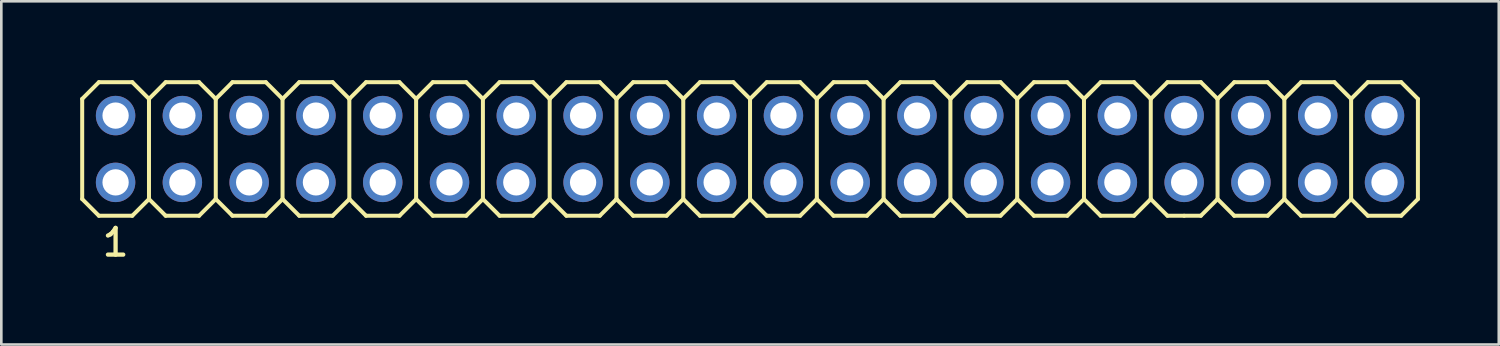
<source format=kicad_pcb>
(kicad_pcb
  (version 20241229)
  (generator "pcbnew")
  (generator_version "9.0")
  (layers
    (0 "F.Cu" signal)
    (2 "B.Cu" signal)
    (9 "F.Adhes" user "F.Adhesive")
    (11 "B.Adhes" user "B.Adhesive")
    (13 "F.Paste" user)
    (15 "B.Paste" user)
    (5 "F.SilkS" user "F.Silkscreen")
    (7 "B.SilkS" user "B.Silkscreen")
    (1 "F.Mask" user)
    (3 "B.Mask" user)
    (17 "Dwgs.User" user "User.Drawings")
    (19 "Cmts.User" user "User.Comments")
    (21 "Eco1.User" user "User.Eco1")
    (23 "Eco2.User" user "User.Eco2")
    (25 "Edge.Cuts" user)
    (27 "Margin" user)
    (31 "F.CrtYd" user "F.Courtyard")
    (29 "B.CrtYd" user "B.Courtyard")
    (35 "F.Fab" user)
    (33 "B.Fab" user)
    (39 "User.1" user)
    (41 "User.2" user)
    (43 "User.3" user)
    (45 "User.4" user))
  (footprint "2X20"
    (layer "F.Cu")
    (at 1.346 3.886)
    (property "Reference" "2X20" (at -0.127 -1.27 90) (layer "Eco1.User") (effects (font (size 0.6 0.6) (thickness 0.1))))
    (attr through_hole)
    (fp_line (start -1.27 -3.175) (end -0.635 -3.81) (stroke (width 0.152) (type solid)) (layer "F.SilkS"))
    (fp_line (start -1.27 0.635) (end -1.27 -3.175) (stroke (width 0.152) (type solid)) (layer "F.SilkS"))
    (fp_line (start -1.27 0.635) (end -0.635 1.27) (stroke (width 0.152) (type solid)) (layer "F.SilkS"))
    (fp_line (start -0.635 -3.81) (end 0.635 -3.81) (stroke (width 0.152) (type solid)) (layer "F.SilkS"))
    (fp_line (start -0.635 1.27) (end 0.635 1.27) (stroke (width 0.152) (type solid)) (layer "F.SilkS"))
    (fp_line (start 0.635 -3.81) (end 1.27 -3.175) (stroke (width 0.152) (type solid)) (layer "F.SilkS"))
    (fp_line (start 0.635 1.27) (end 1.27 0.635) (stroke (width 0.152) (type solid)) (layer "F.SilkS"))
    (fp_line (start 1.27 -3.175) (end 1.27 0.635) (stroke (width 0.152) (type solid)) (layer "F.SilkS"))
    (fp_line (start 1.27 -3.175) (end 1.905 -3.81) (stroke (width 0.152) (type solid)) (layer "F.SilkS"))
    (fp_line (start 1.27 0.635) (end 1.905 1.27) (stroke (width 0.152) (type solid)) (layer "F.SilkS"))
    (fp_line (start 1.905 -3.81) (end 3.175 -3.81) (stroke (width 0.152) (type solid)) (layer "F.SilkS"))
    (fp_line (start 1.905 1.27) (end 3.175 1.27) (stroke (width 0.152) (type solid)) (layer "F.SilkS"))
    (fp_line (start 3.175 -3.81) (end 3.81 -3.175) (stroke (width 0.152) (type solid)) (layer "F.SilkS"))
    (fp_line (start 3.175 1.27) (end 3.81 0.635) (stroke (width 0.152) (type solid)) (layer "F.SilkS"))
    (fp_line (start 3.81 -3.175) (end 3.81 0.635) (stroke (width 0.152) (type solid)) (layer "F.SilkS"))
    (fp_line (start 3.81 -3.175) (end 4.445 -3.81) (stroke (width 0.152) (type solid)) (layer "F.SilkS"))
    (fp_line (start 3.81 0.635) (end 4.445 1.27) (stroke (width 0.152) (type solid)) (layer "F.SilkS"))
    (fp_line (start 4.445 -3.81) (end 5.715 -3.81) (stroke (width 0.152) (type solid)) (layer "F.SilkS"))
    (fp_line (start 4.445 1.27) (end 5.715 1.27) (stroke (width 0.152) (type solid)) (layer "F.SilkS"))
    (fp_line (start 5.715 -3.81) (end 6.35 -3.175) (stroke (width 0.152) (type solid)) (layer "F.SilkS"))
    (fp_line (start 5.715 1.27) (end 6.35 0.635) (stroke (width 0.152) (type solid)) (layer "F.SilkS"))
    (fp_line (start 6.35 -3.175) (end 6.35 0.635) (stroke (width 0.152) (type solid)) (layer "F.SilkS"))
    (fp_line (start 6.35 -3.175) (end 6.985 -3.81) (stroke (width 0.152) (type solid)) (layer "F.SilkS"))
    (fp_line (start 6.35 0.635) (end 6.985 1.27) (stroke (width 0.152) (type solid)) (layer "F.SilkS"))
    (fp_line (start 6.985 -3.81) (end 8.255 -3.81) (stroke (width 0.152) (type solid)) (layer "F.SilkS"))
    (fp_line (start 6.985 1.27) (end 8.255 1.27) (stroke (width 0.152) (type solid)) (layer "F.SilkS"))
    (fp_line (start 8.255 -3.81) (end 8.89 -3.175) (stroke (width 0.152) (type solid)) (layer "F.SilkS"))
    (fp_line (start 8.255 1.27) (end 8.89 0.635) (stroke (width 0.152) (type solid)) (layer "F.SilkS"))
    (fp_line (start 8.89 -3.175) (end 8.89 0.635) (stroke (width 0.152) (type solid)) (layer "F.SilkS"))
    (fp_line (start 8.89 -3.175) (end 9.525 -3.81) (stroke (width 0.152) (type solid)) (layer "F.SilkS"))
    (fp_line (start 8.89 0.635) (end 9.525 1.27) (stroke (width 0.152) (type solid)) (layer "F.SilkS"))
    (fp_line (start 9.525 -3.81) (end 10.795 -3.81) (stroke (width 0.152) (type solid)) (layer "F.SilkS"))
    (fp_line (start 9.525 1.27) (end 10.795 1.27) (stroke (width 0.152) (type solid)) (layer "F.SilkS"))
    (fp_line (start 10.795 -3.81) (end 11.43 -3.175) (stroke (width 0.152) (type solid)) (layer "F.SilkS"))
    (fp_line (start 10.795 1.27) (end 11.43 0.635) (stroke (width 0.152) (type solid)) (layer "F.SilkS"))
    (fp_line (start 11.43 -3.175) (end 11.43 0.635) (stroke (width 0.152) (type solid)) (layer "F.SilkS"))
    (fp_line (start 11.43 -3.175) (end 12.065 -3.81) (stroke (width 0.152) (type solid)) (layer "F.SilkS"))
    (fp_line (start 11.43 0.635) (end 12.065 1.27) (stroke (width 0.152) (type solid)) (layer "F.SilkS"))
    (fp_line (start 12.065 -3.81) (end 13.335 -3.81) (stroke (width 0.152) (type solid)) (layer "F.SilkS"))
    (fp_line (start 12.065 1.27) (end 13.335 1.27) (stroke (width 0.152) (type solid)) (layer "F.SilkS"))
    (fp_line (start 13.335 -3.81) (end 13.97 -3.175) (stroke (width 0.152) (type solid)) (layer "F.SilkS"))
    (fp_line (start 13.335 1.27) (end 13.97 0.635) (stroke (width 0.152) (type solid)) (layer "F.SilkS"))
    (fp_line (start 13.97 -3.175) (end 13.97 0.635) (stroke (width 0.152) (type solid)) (layer "F.SilkS"))
    (fp_line (start 13.97 -3.175) (end 14.605 -3.81) (stroke (width 0.152) (type solid)) (layer "F.SilkS"))
    (fp_line (start 13.97 0.635) (end 14.605 1.27) (stroke (width 0.152) (type solid)) (layer "F.SilkS"))
    (fp_line (start 14.605 -3.81) (end 15.875 -3.81) (stroke (width 0.152) (type solid)) (layer "F.SilkS"))
    (fp_line (start 14.605 1.27) (end 15.875 1.27) (stroke (width 0.152) (type solid)) (layer "F.SilkS"))
    (fp_line (start 15.875 -3.81) (end 16.51 -3.175) (stroke (width 0.152) (type solid)) (layer "F.SilkS"))
    (fp_line (start 16.51 -3.175) (end 16.51 0.635) (stroke (width 0.152) (type solid)) (layer "F.SilkS"))
    (fp_line (start 16.51 -3.175) (end 17.145 -3.81) (stroke (width 0.152) (type solid)) (layer "F.SilkS"))
    (fp_line (start 16.51 0.635) (end 15.875 1.27) (stroke (width 0.152) (type solid)) (layer "F.SilkS"))
    (fp_line (start 16.51 0.635) (end 17.145 1.27) (stroke (width 0.152) (type solid)) (layer "F.SilkS"))
    (fp_line (start 17.145 -3.81) (end 18.415 -3.81) (stroke (width 0.152) (type solid)) (layer "F.SilkS"))
    (fp_line (start 17.145 1.27) (end 18.415 1.27) (stroke (width 0.152) (type solid)) (layer "F.SilkS"))
    (fp_line (start 18.415 -3.81) (end 19.05 -3.175) (stroke (width 0.152) (type solid)) (layer "F.SilkS"))
    (fp_line (start 19.05 -3.175) (end 19.05 0.635) (stroke (width 0.152) (type solid)) (layer "F.SilkS"))
    (fp_line (start 19.05 -3.175) (end 19.685 -3.81) (stroke (width 0.152) (type solid)) (layer "F.SilkS"))
    (fp_line (start 19.05 0.635) (end 18.415 1.27) (stroke (width 0.152) (type solid)) (layer "F.SilkS"))
    (fp_line (start 19.685 -3.81) (end 20.955 -3.81) (stroke (width 0.152) (type solid)) (layer "F.SilkS"))
    (fp_line (start 19.685 1.27) (end 19.05 0.635) (stroke (width 0.152) (type solid)) (layer "F.SilkS"))
    (fp_line (start 20.955 -3.81) (end 21.59 -3.175) (stroke (width 0.152) (type solid)) (layer "F.SilkS"))
    (fp_line (start 20.955 1.27) (end 19.685 1.27) (stroke (width 0.152) (type solid)) (layer "F.SilkS"))
    (fp_line (start 21.59 -3.175) (end 22.225 -3.81) (stroke (width 0.152) (type solid)) (layer "F.SilkS"))
    (fp_line (start 21.59 0.635) (end 20.955 1.27) (stroke (width 0.152) (type solid)) (layer "F.SilkS"))
    (fp_line (start 21.59 0.635) (end 21.59 -3.175) (stroke (width 0.152) (type solid)) (layer "F.SilkS"))
    (fp_line (start 22.225 -3.81) (end 23.495 -3.81) (stroke (width 0.152) (type solid)) (layer "F.SilkS"))
    (fp_line (start 22.225 1.27) (end 21.59 0.635) (stroke (width 0.152) (type solid)) (layer "F.SilkS"))
    (fp_line (start 23.495 -3.81) (end 24.13 -3.175) (stroke (width 0.152) (type solid)) (layer "F.SilkS"))
    (fp_line (start 23.495 1.27) (end 22.225 1.27) (stroke (width 0.152) (type solid)) (layer "F.SilkS"))
    (fp_line (start 24.13 -3.175) (end 24.13 0.635) (stroke (width 0.152) (type solid)) (layer "F.SilkS"))
    (fp_line (start 24.13 -3.175) (end 24.765 -3.81) (stroke (width 0.152) (type solid)) (layer "F.SilkS"))
    (fp_line (start 24.13 0.635) (end 23.495 1.27) (stroke (width 0.152) (type solid)) (layer "F.SilkS"))
    (fp_line (start 24.765 -3.81) (end 26.035 -3.81) (stroke (width 0.152) (type solid)) (layer "F.SilkS"))
    (fp_line (start 24.765 1.27) (end 24.13 0.635) (stroke (width 0.152) (type solid)) (layer "F.SilkS"))
    (fp_line (start 26.035 -3.81) (end 26.67 -3.175) (stroke (width 0.152) (type solid)) (layer "F.SilkS"))
    (fp_line (start 26.035 1.27) (end 24.765 1.27) (stroke (width 0.152) (type solid)) (layer "F.SilkS"))
    (fp_line (start 26.67 -3.175) (end 26.67 0.635) (stroke (width 0.152) (type solid)) (layer "F.SilkS"))
    (fp_line (start 26.67 -3.175) (end 27.305 -3.81) (stroke (width 0.152) (type solid)) (layer "F.SilkS"))
    (fp_line (start 26.67 0.635) (end 26.035 1.27) (stroke (width 0.152) (type solid)) (layer "F.SilkS"))
    (fp_line (start 27.305 -3.81) (end 28.575 -3.81) (stroke (width 0.152) (type solid)) (layer "F.SilkS"))
    (fp_line (start 27.305 1.27) (end 26.67 0.635) (stroke (width 0.152) (type solid)) (layer "F.SilkS"))
    (fp_line (start 28.575 -3.81) (end 29.21 -3.175) (stroke (width 0.152) (type solid)) (layer "F.SilkS"))
    (fp_line (start 28.575 1.27) (end 27.305 1.27) (stroke (width 0.152) (type solid)) (layer "F.SilkS"))
    (fp_line (start 29.21 -3.175) (end 29.21 0.635) (stroke (width 0.152) (type solid)) (layer "F.SilkS"))
    (fp_line (start 29.21 -3.175) (end 29.845 -3.81) (stroke (width 0.152) (type solid)) (layer "F.SilkS"))
    (fp_line (start 29.21 0.635) (end 28.575 1.27) (stroke (width 0.152) (type solid)) (layer "F.SilkS"))
    (fp_line (start 29.845 -3.81) (end 31.115 -3.81) (stroke (width 0.152) (type solid)) (layer "F.SilkS"))
    (fp_line (start 29.845 1.27) (end 29.21 0.635) (stroke (width 0.152) (type solid)) (layer "F.SilkS"))
    (fp_line (start 31.115 -3.81) (end 31.75 -3.175) (stroke (width 0.152) (type solid)) (layer "F.SilkS"))
    (fp_line (start 31.115 1.27) (end 29.845 1.27) (stroke (width 0.152) (type solid)) (layer "F.SilkS"))
    (fp_line (start 31.75 -3.175) (end 31.75 0.635) (stroke (width 0.152) (type solid)) (layer "F.SilkS"))
    (fp_line (start 31.75 -3.175) (end 32.385 -3.81) (stroke (width 0.152) (type solid)) (layer "F.SilkS"))
    (fp_line (start 31.75 0.635) (end 31.115 1.27) (stroke (width 0.152) (type solid)) (layer "F.SilkS"))
    (fp_line (start 32.385 -3.81) (end 33.655 -3.81) (stroke (width 0.152) (type solid)) (layer "F.SilkS"))
    (fp_line (start 32.385 1.27) (end 31.75 0.635) (stroke (width 0.152) (type solid)) (layer "F.SilkS"))
    (fp_line (start 33.655 -3.81) (end 34.29 -3.175) (stroke (width 0.152) (type solid)) (layer "F.SilkS"))
    (fp_line (start 33.655 1.27) (end 32.385 1.27) (stroke (width 0.152) (type solid)) (layer "F.SilkS"))
    (fp_line (start 34.29 -3.175) (end 34.29 0.635) (stroke (width 0.152) (type solid)) (layer "F.SilkS"))
    (fp_line (start 34.29 -3.175) (end 34.925 -3.81) (stroke (width 0.152) (type solid)) (layer "F.SilkS"))
    (fp_line (start 34.29 0.635) (end 33.655 1.27) (stroke (width 0.152) (type solid)) (layer "F.SilkS"))
    (fp_line (start 34.925 -3.81) (end 36.195 -3.81) (stroke (width 0.152) (type solid)) (layer "F.SilkS"))
    (fp_line (start 34.925 1.27) (end 34.29 0.635) (stroke (width 0.152) (type solid)) (layer "F.SilkS"))
    (fp_line (start 36.195 -3.81) (end 36.83 -3.175) (stroke (width 0.152) (type solid)) (layer "F.SilkS"))
    (fp_line (start 36.195 1.27) (end 34.925 1.27) (stroke (width 0.152) (type solid)) (layer "F.SilkS"))
    (fp_line (start 36.83 -3.175) (end 37.465 -3.81) (stroke (width 0.152) (type solid)) (layer "F.SilkS"))
    (fp_line (start 36.83 0.635) (end 36.195 1.27) (stroke (width 0.152) (type solid)) (layer "F.SilkS"))
    (fp_line (start 36.83 0.635) (end 36.83 -3.175) (stroke (width 0.152) (type solid)) (layer "F.SilkS"))
    (fp_line (start 37.465 -3.81) (end 38.735 -3.81) (stroke (width 0.152) (type solid)) (layer "F.SilkS"))
    (fp_line (start 37.465 1.27) (end 36.83 0.635) (stroke (width 0.152) (type solid)) (layer "F.SilkS"))
    (fp_line (start 38.735 -3.81) (end 39.37 -3.175) (stroke (width 0.152) (type solid)) (layer "F.SilkS"))
    (fp_line (start 38.735 1.27) (end 37.465 1.27) (stroke (width 0.152) (type solid)) (layer "F.SilkS"))
    (fp_line (start 39.37 -3.175) (end 39.37 0.635) (stroke (width 0.152) (type solid)) (layer "F.SilkS"))
    (fp_line (start 39.37 -3.175) (end 40.005 -3.81) (stroke (width 0.152) (type solid)) (layer "F.SilkS"))
    (fp_line (start 39.37 0.635) (end 38.735 1.27) (stroke (width 0.152) (type solid)) (layer "F.SilkS"))
    (fp_line (start 40.005 -3.81) (end 41.275 -3.81) (stroke (width 0.152) (type solid)) (layer "F.SilkS"))
    (fp_line (start 40.005 1.27) (end 39.37 0.635) (stroke (width 0.152) (type solid)) (layer "F.SilkS"))
    (fp_line (start 40.64 1.27) (end 40.005 1.27) (stroke (width 0.152) (type solid)) (layer "F.SilkS"))
    (fp_line (start 41.275 -3.81) (end 41.91 -3.175) (stroke (width 0.152) (type solid)) (layer "F.SilkS"))
    (fp_line (start 41.275 1.27) (end 40.64 1.27) (stroke (width 0.152) (type solid)) (layer "F.SilkS"))
    (fp_line (start 41.91 -3.175) (end 42.545 -3.81) (stroke (width 0.152) (type solid)) (layer "F.SilkS"))
    (fp_line (start 41.91 0.635) (end 41.275 1.27) (stroke (width 0.152) (type solid)) (layer "F.SilkS"))
    (fp_line (start 41.91 0.635) (end 41.91 -3.175) (stroke (width 0.152) (type solid)) (layer "F.SilkS"))
    (fp_line (start 42.545 -3.81) (end 43.815 -3.81) (stroke (width 0.152) (type solid)) (layer "F.SilkS"))
    (fp_line (start 42.545 1.27) (end 41.91 0.635) (stroke (width 0.152) (type solid)) (layer "F.SilkS"))
    (fp_line (start 42.545 1.27) (end 43.815 1.27) (stroke (width 0.152) (type solid)) (layer "F.SilkS"))
    (fp_line (start 43.815 -3.81) (end 44.45 -3.175) (stroke (width 0.152) (type solid)) (layer "F.SilkS"))
    (fp_line (start 44.45 -3.175) (end 44.45 0.635) (stroke (width 0.152) (type solid)) (layer "F.SilkS"))
    (fp_line (start 44.45 -3.175) (end 45.085 -3.81) (stroke (width 0.152) (type solid)) (layer "F.SilkS"))
    (fp_line (start 44.45 0.635) (end 43.815 1.27) (stroke (width 0.152) (type solid)) (layer "F.SilkS"))
    (fp_line (start 45.085 -3.81) (end 46.355 -3.81) (stroke (width 0.152) (type solid)) (layer "F.SilkS"))
    (fp_line (start 45.085 1.27) (end 44.45 0.635) (stroke (width 0.152) (type solid)) (layer "F.SilkS"))
    (fp_line (start 46.355 -3.81) (end 46.99 -3.175) (stroke (width 0.152) (type solid)) (layer "F.SilkS"))
    (fp_line (start 46.355 1.27) (end 45.085 1.27) (stroke (width 0.152) (type solid)) (layer "F.SilkS"))
    (fp_line (start 46.99 -3.175) (end 46.99 0.635) (stroke (width 0.152) (type solid)) (layer "F.SilkS"))
    (fp_line (start 46.99 -3.175) (end 47.625 -3.81) (stroke (width 0.152) (type solid)) (layer "F.SilkS"))
    (fp_line (start 46.99 0.635) (end 46.355 1.27) (stroke (width 0.152) (type solid)) (layer "F.SilkS"))
    (fp_line (start 47.625 -3.81) (end 48.895 -3.81) (stroke (width 0.152) (type solid)) (layer "F.SilkS"))
    (fp_line (start 47.625 1.27) (end 46.99 0.635) (stroke (width 0.152) (type solid)) (layer "F.SilkS"))
    (fp_line (start 48.895 -3.81) (end 49.53 -3.175) (stroke (width 0.152) (type solid)) (layer "F.SilkS"))
    (fp_line (start 48.895 1.27) (end 47.625 1.27) (stroke (width 0.152) (type solid)) (layer "F.SilkS"))
    (fp_line (start 49.53 -3.175) (end 49.53 0.635) (stroke (width 0.152) (type solid)) (layer "F.SilkS"))
    (fp_line (start 49.53 0.635) (end 48.895 1.27) (stroke (width 0.152) (type solid)) (layer "F.SilkS"))
    (fp_text user "1" (at 0 2.286 0) (layer "F.SilkS") (effects (font (size 1.016 1.016) (thickness 0.163))))
    (pad "1" thru_hole oval (at 0 0) (size 1.5 1.5) (drill 1) (layers "*.Cu" "*.Mask"))
    (pad "2" thru_hole oval (at 0 -2.54) (size 1.5 1.5) (drill 1) (layers "*.Cu" "*.Mask"))
    (pad "3" thru_hole oval (at 2.54 0) (size 1.5 1.5) (drill 1) (layers "*.Cu" "*.Mask"))
    (pad "4" thru_hole oval (at 2.54 -2.54) (size 1.5 1.5) (drill 1) (layers "*.Cu" "*.Mask"))
    (pad "5" thru_hole oval (at 5.08 0) (size 1.5 1.5) (drill 1) (layers "*.Cu" "*.Mask"))
    (pad "6" thru_hole oval (at 5.08 -2.54) (size 1.5 1.5) (drill 1) (layers "*.Cu" "*.Mask"))
    (pad "7" thru_hole oval (at 7.62 0) (size 1.5 1.5) (drill 1) (layers "*.Cu" "*.Mask"))
    (pad "8" thru_hole oval (at 7.62 -2.54) (size 1.5 1.5) (drill 1) (layers "*.Cu" "*.Mask"))
    (pad "9" thru_hole oval (at 10.16 0) (size 1.5 1.5) (drill 1) (layers "*.Cu" "*.Mask"))
    (pad "10" thru_hole oval (at 10.16 -2.54) (size 1.5 1.5) (drill 1) (layers "*.Cu" "*.Mask"))
    (pad "11" thru_hole oval (at 12.7 0) (size 1.5 1.5) (drill 1) (layers "*.Cu" "*.Mask"))
    (pad "12" thru_hole oval (at 12.7 -2.54) (size 1.5 1.5) (drill 1) (layers "*.Cu" "*.Mask"))
    (pad "13" thru_hole oval (at 15.24 0) (size 1.5 1.5) (drill 1) (layers "*.Cu" "*.Mask"))
    (pad "14" thru_hole oval (at 15.24 -2.54) (size 1.5 1.5) (drill 1) (layers "*.Cu" "*.Mask"))
    (pad "15" thru_hole oval (at 17.78 0) (size 1.5 1.5) (drill 1) (layers "*.Cu" "*.Mask"))
    (pad "16" thru_hole oval (at 17.78 -2.54) (size 1.5 1.5) (drill 1) (layers "*.Cu" "*.Mask"))
    (pad "17" thru_hole oval (at 20.32 0) (size 1.5 1.5) (drill 1) (layers "*.Cu" "*.Mask"))
    (pad "18" thru_hole oval (at 20.32 -2.54) (size 1.5 1.5) (drill 1) (layers "*.Cu" "*.Mask"))
    (pad "19" thru_hole oval (at 22.86 0) (size 1.5 1.5) (drill 1) (layers "*.Cu" "*.Mask"))
    (pad "20" thru_hole oval (at 22.86 -2.54) (size 1.5 1.5) (drill 1) (layers "*.Cu" "*.Mask"))
    (pad "21" thru_hole oval (at 25.4 0) (size 1.5 1.5) (drill 1) (layers "*.Cu" "*.Mask"))
    (pad "22" thru_hole oval (at 25.4 -2.54) (size 1.5 1.5) (drill 1) (layers "*.Cu" "*.Mask"))
    (pad "23" thru_hole oval (at 27.94 0) (size 1.5 1.5) (drill 1) (layers "*.Cu" "*.Mask"))
    (pad "24" thru_hole oval (at 27.94 -2.54) (size 1.5 1.5) (drill 1) (layers "*.Cu" "*.Mask"))
    (pad "25" thru_hole oval (at 30.48 0) (size 1.5 1.5) (drill 1) (layers "*.Cu" "*.Mask"))
    (pad "26" thru_hole oval (at 30.48 -2.54) (size 1.5 1.5) (drill 1) (layers "*.Cu" "*.Mask"))
    (pad "27" thru_hole oval (at 33.02 0) (size 1.5 1.5) (drill 1) (layers "*.Cu" "*.Mask"))
    (pad "28" thru_hole oval (at 33.02 -2.54) (size 1.5 1.5) (drill 1) (layers "*.Cu" "*.Mask"))
    (pad "29" thru_hole oval (at 35.56 0) (size 1.5 1.5) (drill 1) (layers "*.Cu" "*.Mask"))
    (pad "30" thru_hole oval (at 35.56 -2.54) (size 1.5 1.5) (drill 1) (layers "*.Cu" "*.Mask"))
    (pad "31" thru_hole oval (at 38.1 0) (size 1.5 1.5) (drill 1) (layers "*.Cu" "*.Mask"))
    (pad "32" thru_hole oval (at 38.1 -2.54) (size 1.5 1.5) (drill 1) (layers "*.Cu" "*.Mask"))
    (pad "33" thru_hole oval (at 40.64 0) (size 1.5 1.5) (drill 1) (layers "*.Cu" "*.Mask"))
    (pad "34" thru_hole oval (at 40.64 -2.54) (size 1.5 1.5) (drill 1) (layers "*.Cu" "*.Mask"))
    (pad "35" thru_hole oval (at 43.18 0) (size 1.5 1.5) (drill 1) (layers "*.Cu" "*.Mask"))
    (pad "36" thru_hole oval (at 43.18 -2.54) (size 1.5 1.5) (drill 1) (layers "*.Cu" "*.Mask"))
    (pad "37" thru_hole oval (at 45.72 0) (size 1.5 1.5) (drill 1) (layers "*.Cu" "*.Mask"))
    (pad "38" thru_hole oval (at 45.72 -2.54) (size 1.5 1.5) (drill 1) (layers "*.Cu" "*.Mask"))
    (pad "39" thru_hole oval (at 48.26 0) (size 1.5 1.5) (drill 1) (layers "*.Cu" "*.Mask"))
    (pad "40" thru_hole oval (at 48.26 -2.54) (size 1.5 1.5) (drill 1) (layers "*.Cu" "*.Mask")))
  (gr_rect
    (start -3 -3)
    (end 53.952 10.052)
    (stroke (width 0.1) (type default))
    (fill no)
    (layer "Edge.Cuts")))
</source>
